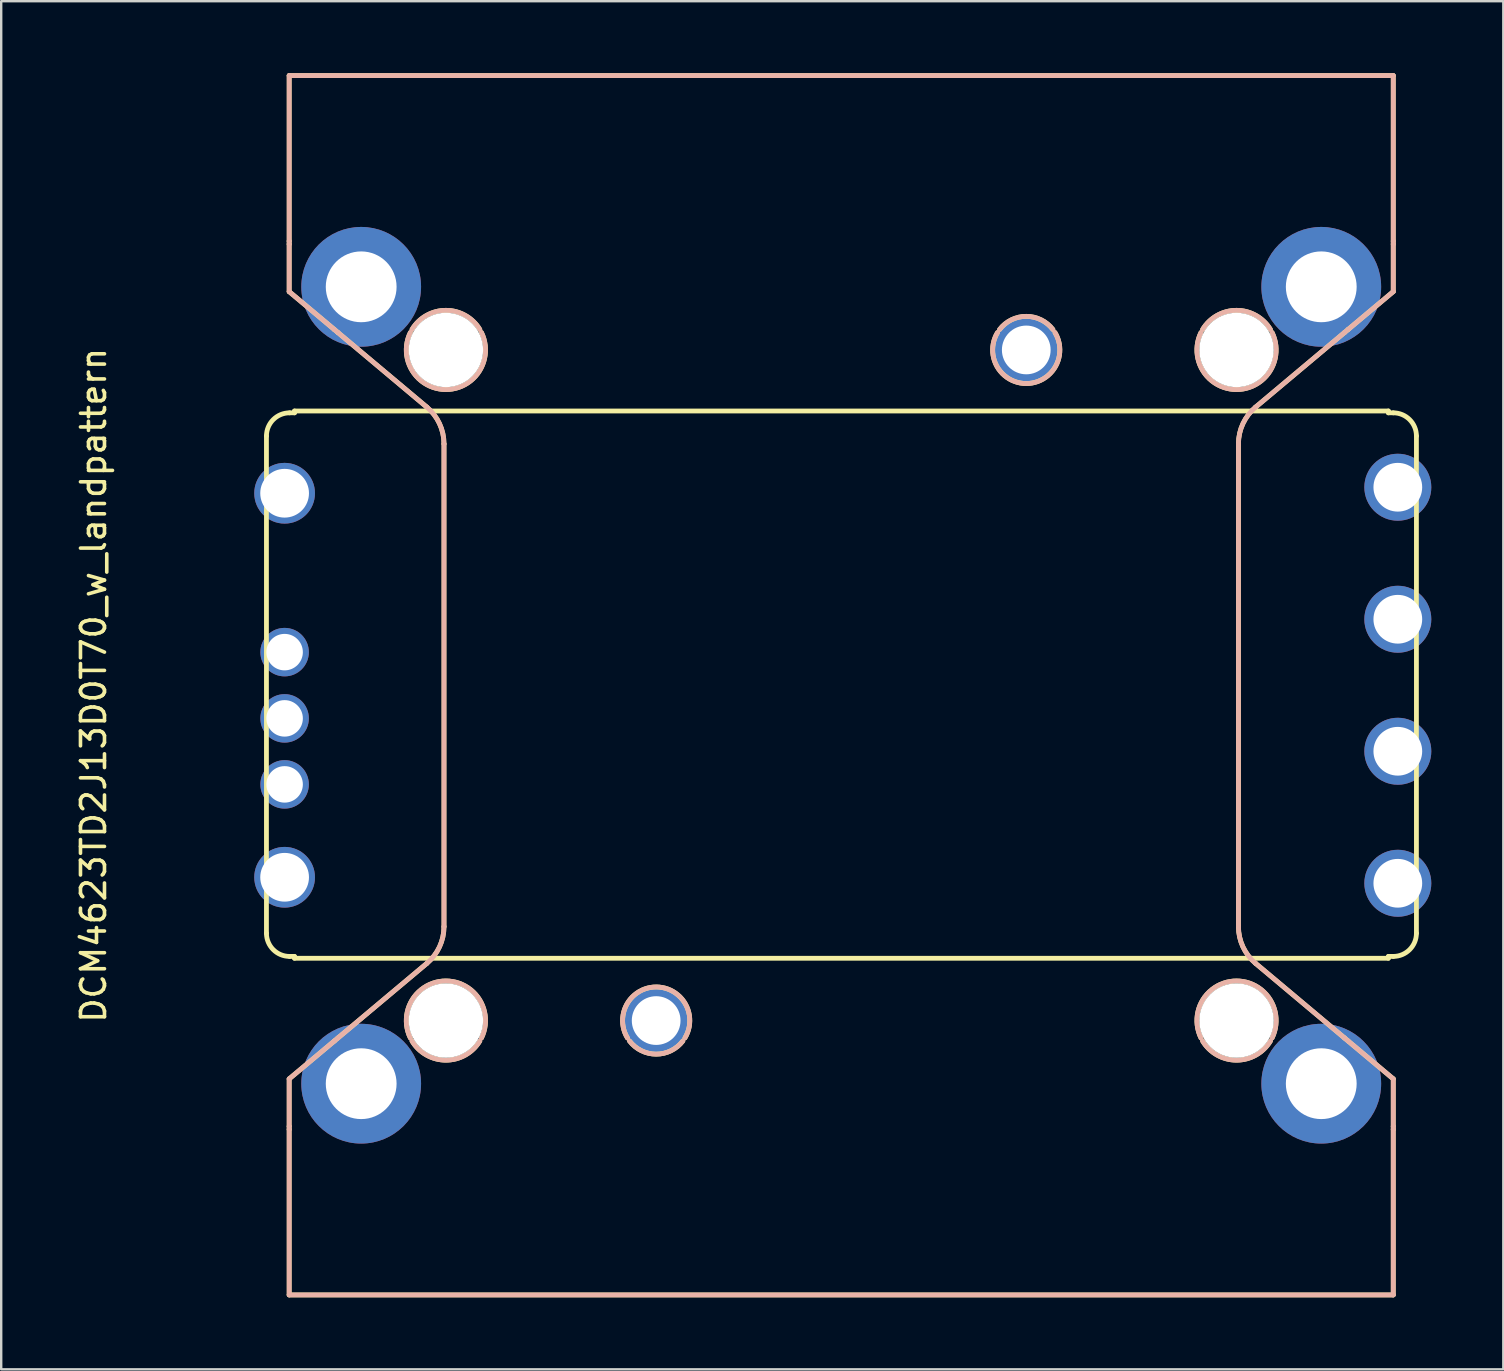
<source format=kicad_pcb>
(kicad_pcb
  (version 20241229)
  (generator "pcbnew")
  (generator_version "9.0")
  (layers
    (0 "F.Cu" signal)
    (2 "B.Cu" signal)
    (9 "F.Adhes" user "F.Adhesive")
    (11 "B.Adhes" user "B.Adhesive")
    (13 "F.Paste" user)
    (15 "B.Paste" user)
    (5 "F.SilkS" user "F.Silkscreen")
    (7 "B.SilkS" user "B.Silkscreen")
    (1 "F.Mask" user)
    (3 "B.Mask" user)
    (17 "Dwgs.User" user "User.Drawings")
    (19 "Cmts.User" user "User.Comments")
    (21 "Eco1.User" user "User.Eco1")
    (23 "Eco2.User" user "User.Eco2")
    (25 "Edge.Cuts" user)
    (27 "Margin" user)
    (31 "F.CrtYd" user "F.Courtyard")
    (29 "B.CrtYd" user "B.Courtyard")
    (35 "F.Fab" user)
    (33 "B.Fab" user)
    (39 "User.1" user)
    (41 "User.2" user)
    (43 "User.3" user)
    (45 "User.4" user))
  (footprint "DCM4623TD2J13D0T70_w_landpattern"
    (layer "F.Cu")
    (at 31.998 25.5)
    (property "Reference" "DCM4623TD2J13D0T70_w_landpattern" (at -31.15 0 90) (layer "F.SilkS") (effects (font (size 1 1) (thickness 0.15))))
    (attr through_hole)
    (fp_line (start -23.947 10.332) (end -23.947 -10.385) (stroke (width 0.2) (type solid)) (layer "F.SilkS"))
    (fp_line (start -23 -25.4) (end -23 -18.505) (stroke (width 0.2) (type solid)) (layer "F.SilkS"))
    (fp_line (start -23 -18.505) (end -23 -18.378) (stroke (width 0.2) (type solid)) (layer "F.SilkS"))
    (fp_line (start -23 -18.378) (end -23 -16.4) (stroke (width 0.2) (type solid)) (layer "F.SilkS"))
    (fp_line (start -23 -16.4) (end -21.119 -14.822) (stroke (width 0.2) (type solid)) (layer "F.SilkS"))
    (fp_line (start -23 16.4) (end -23 18.378) (stroke (width 0.2) (type solid)) (layer "F.SilkS"))
    (fp_line (start -23 18.378) (end -23 18.505) (stroke (width 0.2) (type solid)) (layer "F.SilkS"))
    (fp_line (start -23 18.505) (end -23 25.4) (stroke (width 0.2) (type solid)) (layer "F.SilkS"))
    (fp_line (start -23 25.4) (end 23 25.4) (stroke (width 0.2) (type solid)) (layer "F.SilkS"))
    (fp_line (start -22.981 -11.35) (end -22.778 -11.35) (stroke (width 0.2) (type solid)) (layer "F.SilkS"))
    (fp_line (start -22.981 11.298) (end -22.778 11.298) (stroke (width 0.2) (type solid)) (layer "F.SilkS"))
    (fp_line (start -22.778 -11.426) (end -22.778 -11.35) (stroke (width 0.2) (type solid)) (layer "F.SilkS"))
    (fp_line (start -22.778 11.298) (end -22.778 11.374) (stroke (width 0.2) (type solid)) (layer "F.SilkS"))
    (fp_line (start -22.778 11.374) (end 22.797 11.374) (stroke (width 0.2) (type solid)) (layer "F.SilkS"))
    (fp_line (start -21.119 -14.822) (end -20.968 -14.695) (stroke (width 0.2) (type solid)) (layer "F.SilkS"))
    (fp_line (start -21.119 14.822) (end -23 16.4) (stroke (width 0.2) (type solid)) (layer "F.SilkS"))
    (fp_line (start -20.968 -14.695) (end -17.264 -11.587) (stroke (width 0.2) (type solid)) (layer "F.SilkS"))
    (fp_line (start -20.968 14.695) (end -21.119 14.822) (stroke (width 0.2) (type solid)) (layer "F.SilkS"))
    (fp_line (start -17.264 11.587) (end -20.968 14.695) (stroke (width 0.2) (type solid)) (layer "F.SilkS"))
    (fp_line (start -16.55 -10.055) (end -16.55 10.055) (stroke (width 0.2) (type solid)) (layer "F.SilkS"))
    (fp_line (start 16.55 10.055) (end 16.55 -10.055) (stroke (width 0.2) (type solid)) (layer "F.SilkS"))
    (fp_line (start 17.264 -11.587) (end 20.968 -14.695) (stroke (width 0.2) (type solid)) (layer "F.SilkS"))
    (fp_line (start 20.968 -14.695) (end 21.119 -14.822) (stroke (width 0.2) (type solid)) (layer "F.SilkS"))
    (fp_line (start 20.968 14.695) (end 17.264 11.587) (stroke (width 0.2) (type solid)) (layer "F.SilkS"))
    (fp_line (start 21.119 -14.822) (end 23 -16.4) (stroke (width 0.2) (type solid)) (layer "F.SilkS"))
    (fp_line (start 21.119 14.822) (end 20.968 14.695) (stroke (width 0.2) (type solid)) (layer "F.SilkS"))
    (fp_line (start 22.797 -11.426) (end -22.778 -11.426) (stroke (width 0.2) (type solid)) (layer "F.SilkS"))
    (fp_line (start 22.797 -11.426) (end 22.797 -11.35) (stroke (width 0.2) (type solid)) (layer "F.SilkS"))
    (fp_line (start 22.797 11.374) (end 22.797 11.298) (stroke (width 0.2) (type solid)) (layer "F.SilkS"))
    (fp_line (start 23 -25.4) (end -23 -25.4) (stroke (width 0.2) (type solid)) (layer "F.SilkS"))
    (fp_line (start 23 -18.505) (end 23 -25.4) (stroke (width 0.2) (type solid)) (layer "F.SilkS"))
    (fp_line (start 23 -18.378) (end 23 -18.505) (stroke (width 0.2) (type solid)) (layer "F.SilkS"))
    (fp_line (start 23 -16.4) (end 23 -18.378) (stroke (width 0.2) (type solid)) (layer "F.SilkS"))
    (fp_line (start 23 -11.35) (end 22.797 -11.35) (stroke (width 0.2) (type solid)) (layer "F.SilkS"))
    (fp_line (start 23 11.298) (end 22.797 11.298) (stroke (width 0.2) (type solid)) (layer "F.SilkS"))
    (fp_line (start 23 16.4) (end 21.119 14.822) (stroke (width 0.2) (type solid)) (layer "F.SilkS"))
    (fp_line (start 23 18.378) (end 23 16.4) (stroke (width 0.2) (type solid)) (layer "F.SilkS"))
    (fp_line (start 23 18.505) (end 23 18.378) (stroke (width 0.2) (type solid)) (layer "F.SilkS"))
    (fp_line (start 23 25.4) (end 23 18.505) (stroke (width 0.2) (type solid)) (layer "F.SilkS"))
    (fp_line (start 23.965 10.332) (end 23.965 -10.385) (stroke (width 0.2) (type solid)) (layer "F.SilkS"))
    (fp_arc (start -23.9466 -10.3848) (mid -23.663899 -11.067299) (end -22.9814 -11.35) (stroke (width 0.2) (type solid)) (layer "F.SilkS"))
    (fp_arc (start -22.9814 11.2976) (mid -23.663899 11.014899) (end -23.9466 10.3324) (stroke (width 0.2) (type solid)) (layer "F.SilkS"))
    (fp_arc (start -17.952186 14.695) (mid -16.47 12.32) (end -14.987814 14.695) (stroke (width 0.2) (type solid)) (layer "F.SilkS"))
    (fp_arc (start -17.88301 -14.822) (mid -16.47 -15.62) (end -15.05699 -14.822) (stroke (width 0.2) (type solid)) (layer "F.SilkS"))
    (fp_arc (start -17.264425 -11.587281) (mid -16.737385 -10.900429) (end -16.55 -10.055192) (stroke (width 0.2) (type solid)) (layer "F.SilkS"))
    (fp_arc (start -16.55 10.055192) (mid -16.737384 10.900429) (end -17.264425 11.587281) (stroke (width 0.2) (type solid)) (layer "F.SilkS"))
    (fp_arc (start -15.05699 14.822) (mid -16.47 15.62) (end -17.88301 14.822) (stroke (width 0.2) (type solid)) (layer "F.SilkS"))
    (fp_arc (start -14.987814 -14.695) (mid -16.47 -12.32) (end -17.952186 -14.695) (stroke (width 0.2) (type solid)) (layer "F.SilkS"))
    (fp_arc (start -8.906554 14.695) (mid -7.7089 12.57) (end -6.511246 14.695) (stroke (width 0.2) (type solid)) (layer "F.SilkS"))
    (fp_arc (start -6.598001 14.822) (mid -7.7089 15.37) (end -8.819799 14.822) (stroke (width 0.2) (type solid)) (layer "F.SilkS"))
    (fp_arc (start 6.598001 -14.822) (mid 7.7089 -15.37) (end 8.819799 -14.822) (stroke (width 0.2) (type solid)) (layer "F.SilkS"))
    (fp_arc (start 8.906554 -14.695) (mid 7.7089 -12.57) (end 6.511246 -14.695) (stroke (width 0.2) (type solid)) (layer "F.SilkS"))
    (fp_arc (start 14.987814 14.695) (mid 16.47 12.32) (end 17.952186 14.695) (stroke (width 0.2) (type solid)) (layer "F.SilkS"))
    (fp_arc (start 15.05699 -14.822) (mid 16.47 -15.62) (end 17.88301 -14.822) (stroke (width 0.2) (type solid)) (layer "F.SilkS"))
    (fp_arc (start 16.55 -10.055192) (mid 16.737384 -10.900429) (end 17.264425 -11.587281) (stroke (width 0.2) (type solid)) (layer "F.SilkS"))
    (fp_arc (start 17.264425 11.587281) (mid 16.737385 10.900429) (end 16.55 10.055192) (stroke (width 0.2) (type solid)) (layer "F.SilkS"))
    (fp_arc (start 17.88301 14.822) (mid 16.47 15.62) (end 15.05699 14.822) (stroke (width 0.2) (type solid)) (layer "F.SilkS"))
    (fp_arc (start 17.952186 -14.695) (mid 16.47 -12.32) (end 14.987814 -14.695) (stroke (width 0.2) (type solid)) (layer "F.SilkS"))
    (fp_arc (start 23 -11.35) (mid 23.682499 -11.067299) (end 23.9652 -10.3848) (stroke (width 0.2) (type solid)) (layer "F.SilkS"))
    (fp_arc (start 23.9652 10.3324) (mid 23.682499 11.014899) (end 23 11.2976) (stroke (width 0.2) (type solid)) (layer "F.SilkS"))
    (fp_circle (center -20 -16.6) (end -20 -17.625) (stroke (width 0.2) (type solid)) (fill no) (layer "F.SilkS"))
    (fp_circle (center -20 16.6) (end -20 15.575) (stroke (width 0.2) (type solid)) (fill no) (layer "F.SilkS"))
    (fp_circle (center 20 -16.6) (end 20 -17.625) (stroke (width 0.2) (type solid)) (fill no) (layer "F.SilkS"))
    (fp_circle (center 20 16.6) (end 20 15.575) (stroke (width 0.2) (type solid)) (fill no) (layer "F.SilkS"))
    (fp_line (start -23 -25.4) (end -23 -18.505) (stroke (width 0.2) (type solid)) (layer "B.SilkS"))
    (fp_line (start -23 -18.505) (end -23 -18.378) (stroke (width 0.2) (type solid)) (layer "B.SilkS"))
    (fp_line (start -23 -18.378) (end -23 -16.4) (stroke (width 0.2) (type solid)) (layer "B.SilkS"))
    (fp_line (start -23 -16.4) (end -21.119 -14.822) (stroke (width 0.2) (type solid)) (layer "B.SilkS"))
    (fp_line (start -23 16.4) (end -23 18.378) (stroke (width 0.2) (type solid)) (layer "B.SilkS"))
    (fp_line (start -23 18.378) (end -23 18.505) (stroke (width 0.2) (type solid)) (layer "B.SilkS"))
    (fp_line (start -23 18.505) (end -23 25.4) (stroke (width 0.2) (type solid)) (layer "B.SilkS"))
    (fp_line (start -23 25.4) (end 23 25.4) (stroke (width 0.2) (type solid)) (layer "B.SilkS"))
    (fp_line (start -21.119 -14.822) (end -20.968 -14.695) (stroke (width 0.2) (type solid)) (layer "B.SilkS"))
    (fp_line (start -21.119 14.822) (end -23 16.4) (stroke (width 0.2) (type solid)) (layer "B.SilkS"))
    (fp_line (start -20.968 -14.695) (end -17.264 -11.587) (stroke (width 0.2) (type solid)) (layer "B.SilkS"))
    (fp_line (start -20.968 14.695) (end -21.119 14.822) (stroke (width 0.2) (type solid)) (layer "B.SilkS"))
    (fp_line (start -17.264 11.587) (end -20.968 14.695) (stroke (width 0.2) (type solid)) (layer "B.SilkS"))
    (fp_line (start -16.55 -10.055) (end -16.55 10.055) (stroke (width 0.2) (type solid)) (layer "B.SilkS"))
    (fp_line (start 16.55 10.055) (end 16.55 -10.055) (stroke (width 0.2) (type solid)) (layer "B.SilkS"))
    (fp_line (start 17.264 -11.587) (end 20.968 -14.695) (stroke (width 0.2) (type solid)) (layer "B.SilkS"))
    (fp_line (start 20.968 -14.695) (end 21.119 -14.822) (stroke (width 0.2) (type solid)) (layer "B.SilkS"))
    (fp_line (start 20.968 14.695) (end 17.264 11.587) (stroke (width 0.2) (type solid)) (layer "B.SilkS"))
    (fp_line (start 21.119 -14.822) (end 23 -16.4) (stroke (width 0.2) (type solid)) (layer "B.SilkS"))
    (fp_line (start 21.119 14.822) (end 20.968 14.695) (stroke (width 0.2) (type solid)) (layer "B.SilkS"))
    (fp_line (start 23 -25.4) (end -23 -25.4) (stroke (width 0.2) (type solid)) (layer "B.SilkS"))
    (fp_line (start 23 -18.505) (end 23 -25.4) (stroke (width 0.2) (type solid)) (layer "B.SilkS"))
    (fp_line (start 23 -18.378) (end 23 -18.505) (stroke (width 0.2) (type solid)) (layer "B.SilkS"))
    (fp_line (start 23 -16.4) (end 23 -18.378) (stroke (width 0.2) (type solid)) (layer "B.SilkS"))
    (fp_line (start 23 16.4) (end 21.119 14.822) (stroke (width 0.2) (type solid)) (layer "B.SilkS"))
    (fp_line (start 23 18.378) (end 23 16.4) (stroke (width 0.2) (type solid)) (layer "B.SilkS"))
    (fp_line (start 23 18.505) (end 23 18.378) (stroke (width 0.2) (type solid)) (layer "B.SilkS"))
    (fp_line (start 23 25.4) (end 23 18.505) (stroke (width 0.2) (type solid)) (layer "B.SilkS"))
    (fp_arc (start -17.952186 14.695) (mid -16.47 12.32) (end -14.987814 14.695) (stroke (width 0.2) (type solid)) (layer "B.SilkS"))
    (fp_arc (start -17.88301 -14.822) (mid -16.47 -15.62) (end -15.05699 -14.822) (stroke (width 0.2) (type solid)) (layer "B.SilkS"))
    (fp_arc (start -17.264425 -11.587281) (mid -16.737385 -10.900429) (end -16.55 -10.055192) (stroke (width 0.2) (type solid)) (layer "B.SilkS"))
    (fp_arc (start -16.55 10.055192) (mid -16.737384 10.900429) (end -17.264425 11.587281) (stroke (width 0.2) (type solid)) (layer "B.SilkS"))
    (fp_arc (start -15.05699 14.822) (mid -16.47 15.62) (end -17.88301 14.822) (stroke (width 0.2) (type solid)) (layer "B.SilkS"))
    (fp_arc (start -14.987814 -14.695) (mid -16.47 -12.32) (end -17.952186 -14.695) (stroke (width 0.2) (type solid)) (layer "B.SilkS"))
    (fp_arc (start -8.906554 14.695) (mid -7.7089 12.57) (end -6.511246 14.695) (stroke (width 0.2) (type solid)) (layer "B.SilkS"))
    (fp_arc (start -6.598001 14.822) (mid -7.7089 15.37) (end -8.819799 14.822) (stroke (width 0.2) (type solid)) (layer "B.SilkS"))
    (fp_arc (start 6.598001 -14.822) (mid 7.7089 -15.37) (end 8.819799 -14.822) (stroke (width 0.2) (type solid)) (layer "B.SilkS"))
    (fp_arc (start 8.906554 -14.695) (mid 7.7089 -12.57) (end 6.511246 -14.695) (stroke (width 0.2) (type solid)) (layer "B.SilkS"))
    (fp_arc (start 14.987814 14.695) (mid 16.47 12.32) (end 17.952186 14.695) (stroke (width 0.2) (type solid)) (layer "B.SilkS"))
    (fp_arc (start 15.05699 -14.822) (mid 16.47 -15.62) (end 17.88301 -14.822) (stroke (width 0.2) (type solid)) (layer "B.SilkS"))
    (fp_arc (start 16.55 -10.055192) (mid 16.737384 -10.900429) (end 17.264425 -11.587281) (stroke (width 0.2) (type solid)) (layer "B.SilkS"))
    (fp_arc (start 17.264425 11.587281) (mid 16.737385 10.900429) (end 16.55 10.055192) (stroke (width 0.2) (type solid)) (layer "B.SilkS"))
    (fp_arc (start 17.88301 14.822) (mid 16.47 15.62) (end 15.05699 14.822) (stroke (width 0.2) (type solid)) (layer "B.SilkS"))
    (fp_arc (start 17.952186 -14.695) (mid 16.47 -12.32) (end 14.987814 -14.695) (stroke (width 0.2) (type solid)) (layer "B.SilkS"))
    (fp_circle (center -20 -16.6) (end -20 -17.625) (stroke (width 0.2) (type solid)) (fill no) (layer "B.SilkS"))
    (fp_circle (center -20 16.6) (end -20 15.575) (stroke (width 0.2) (type solid)) (fill no) (layer "B.SilkS"))
    (fp_circle (center 20 -16.6) (end 20 -17.625) (stroke (width 0.2) (type solid)) (fill no) (layer "B.SilkS"))
    (fp_circle (center 20 16.6) (end 20 15.575) (stroke (width 0.2) (type solid)) (fill no) (layer "B.SilkS"))
    (pad "" thru_hole circle (at -20 -16.6) (size 4.99 4.99) (drill 2.95) (layers "*.Cu" "*.Mask"))
    (pad "" thru_hole circle (at -20 16.6) (size 4.99 4.99) (drill 2.95) (layers "*.Cu" "*.Mask"))
    (pad "" np_thru_hole circle (at -16.47 -13.97) (size 3.1 3.1) (drill 3.1) (layers "*.Cu" "*.Mask"))
    (pad "" np_thru_hole circle (at -16.47 13.97) (size 3.1 3.1) (drill 3.1) (layers "*.Cu" "*.Mask"))
    (pad "" thru_hole circle (at -7.71 13.97) (size 2.79 2.79) (drill 2.03) (layers "*.Cu" "*.Mask"))
    (pad "" thru_hole circle (at 7.71 -13.97) (size 2.79 2.79) (drill 2.03) (layers "*.Cu" "*.Mask"))
    (pad "" np_thru_hole circle (at 16.47 -13.97) (size 3.1 3.1) (drill 3.1) (layers "*.Cu" "*.Mask"))
    (pad "" np_thru_hole circle (at 16.47 13.97) (size 3.1 3.1) (drill 3.1) (layers "*.Cu" "*.Mask"))
    (pad "" thru_hole circle (at 20 -16.6) (size 4.99 4.99) (drill 2.95) (layers "*.Cu" "*.Mask"))
    (pad "" thru_hole circle (at 20 16.6) (size 4.99 4.99) (drill 2.95) (layers "*.Cu" "*.Mask"))
    (pad "1" thru_hole circle (at -23.19 -8) (size 2.53 2.53) (drill 2.03) (layers "*.Cu" "*.Mask"))
    (pad "2" thru_hole circle (at -23.19 -1.38) (size 2.02 2.02) (drill 1.52) (layers "*.Cu" "*.Mask"))
    (pad "3" thru_hole circle (at -23.19 1.38) (size 2.02 2.02) (drill 1.52) (layers "*.Cu" "*.Mask"))
    (pad "4" thru_hole circle (at -23.19 4.13) (size 2.02 2.02) (drill 1.52) (layers "*.Cu" "*.Mask"))
    (pad "5" thru_hole circle (at -23.19 8) (size 2.53 2.53) (drill 2.03) (layers "*.Cu" "*.Mask"))
    (pad "6" thru_hole circle (at 23.19 8.25) (size 2.79 2.79) (drill 2.03) (layers "*.Cu" "*.Mask"))
    (pad "7" thru_hole circle (at 23.19 2.75) (size 2.79 2.79) (drill 2.03) (layers "*.Cu" "*.Mask"))
    (pad "8" thru_hole circle (at 23.19 -2.75) (size 2.79 2.79) (drill 2.03) (layers "*.Cu" "*.Mask"))
    (pad "9" thru_hole circle (at 23.19 -8.25) (size 2.79 2.79) (drill 2.03) (layers "*.Cu" "*.Mask")))
  (gr_rect
    (start -3 -3)
    (end 59.583 54)
    (stroke (width 0.1) (type default))
    (fill no)
    (layer "Edge.Cuts")))
</source>
